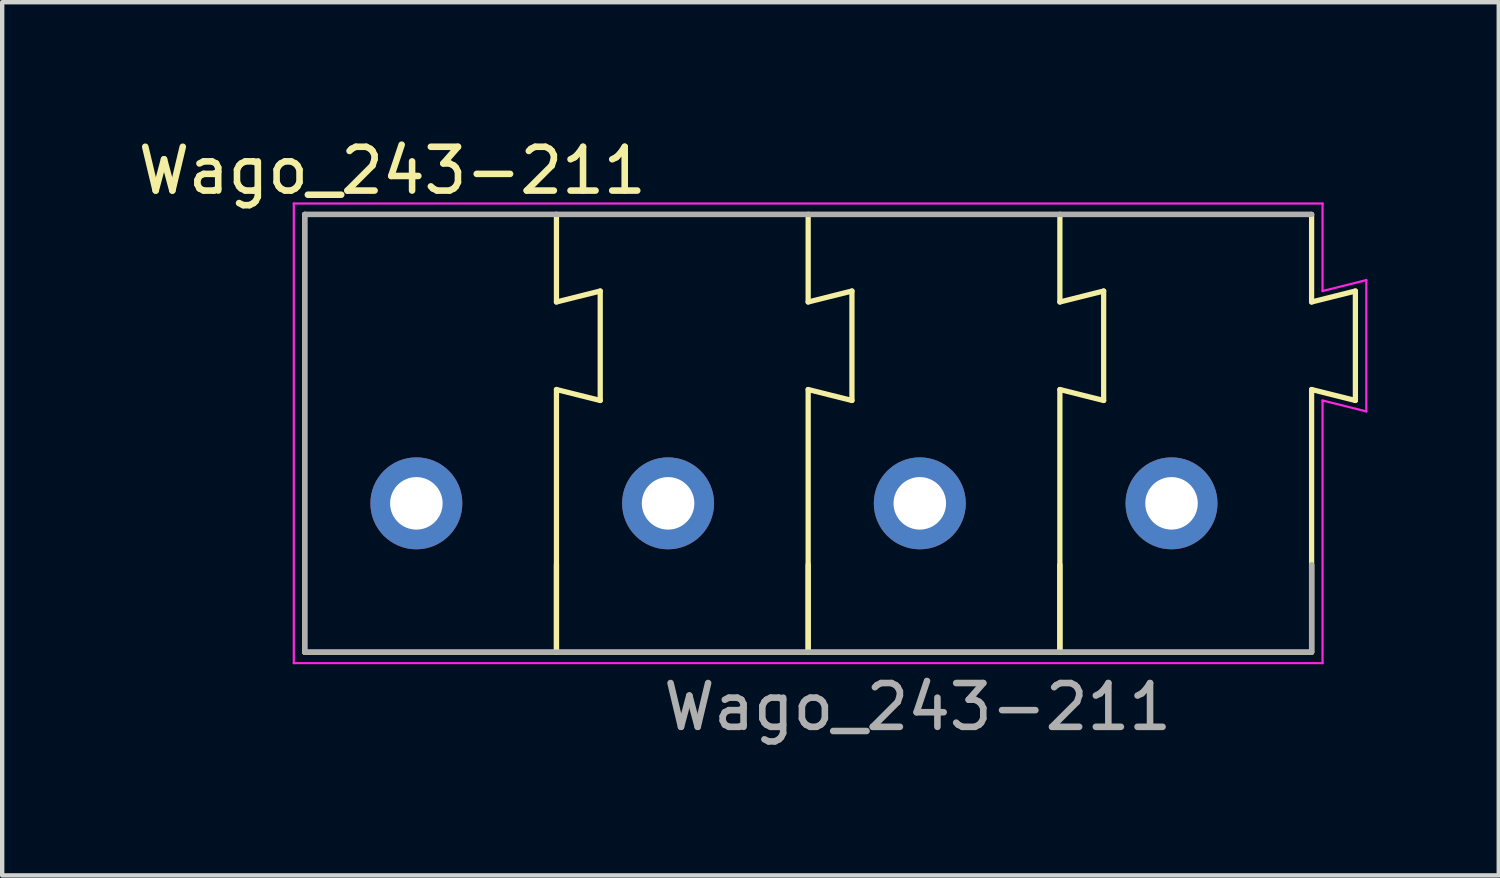
<source format=kicad_pcb>
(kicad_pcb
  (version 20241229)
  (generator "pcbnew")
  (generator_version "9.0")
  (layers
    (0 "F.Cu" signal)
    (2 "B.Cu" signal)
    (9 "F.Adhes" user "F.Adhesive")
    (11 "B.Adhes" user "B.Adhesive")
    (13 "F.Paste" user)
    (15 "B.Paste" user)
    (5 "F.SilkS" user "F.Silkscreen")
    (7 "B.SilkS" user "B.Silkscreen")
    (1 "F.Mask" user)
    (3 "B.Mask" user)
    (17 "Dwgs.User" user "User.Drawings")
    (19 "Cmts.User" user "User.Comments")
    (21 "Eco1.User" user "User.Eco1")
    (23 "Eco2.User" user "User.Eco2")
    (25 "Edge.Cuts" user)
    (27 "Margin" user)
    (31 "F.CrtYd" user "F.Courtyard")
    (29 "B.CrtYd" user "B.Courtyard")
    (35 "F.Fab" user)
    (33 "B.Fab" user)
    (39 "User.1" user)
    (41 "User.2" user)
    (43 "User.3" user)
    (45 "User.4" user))
  (footprint "Wago_243-211"
    (layer "F.Cu")
    (at 15.411 6.848)
    (property "Reference" "Wago_243-211" (at -9.5 -6 0) (layer "F.SilkS") (effects (font (size 1 1) (thickness 0.15))))
    (attr through_hole)
    (fp_line (start -11.5 -5) (end -5.75 -5) (stroke (width 0.12) (type solid)) (layer "F.SilkS"))
    (fp_line (start -11.5 5) (end -11.5 -5) (stroke (width 0.12) (type solid)) (layer "F.SilkS"))
    (fp_line (start -11.5 5) (end -5.75 5) (stroke (width 0.12) (type solid)) (layer "F.SilkS"))
    (fp_line (start -5.75 -5) (end 0 -5) (stroke (width 0.12) (type solid)) (layer "F.SilkS"))
    (fp_line (start -5.75 -3) (end -5.75 -5) (stroke (width 0.12) (type solid)) (layer "F.SilkS"))
    (fp_line (start -5.75 -3) (end -4.75 -3.25) (stroke (width 0.12) (type solid)) (layer "F.SilkS"))
    (fp_line (start -5.75 -1) (end -5.75 5) (stroke (width 0.12) (type solid)) (layer "F.SilkS"))
    (fp_line (start -5.75 3) (end -5.75 5) (stroke (width 0.12) (type solid)) (layer "F.SilkS"))
    (fp_line (start -4.75 -3.25) (end -4.75 -0.75) (stroke (width 0.12) (type solid)) (layer "F.SilkS"))
    (fp_line (start -4.75 -0.75) (end -5.75 -1) (stroke (width 0.12) (type solid)) (layer "F.SilkS"))
    (fp_line (start 0 -5) (end 5.75 -5) (stroke (width 0.12) (type solid)) (layer "F.SilkS"))
    (fp_line (start 0 -3) (end 0 -5) (stroke (width 0.12) (type solid)) (layer "F.SilkS"))
    (fp_line (start 0 -3) (end 1 -3.25) (stroke (width 0.12) (type solid)) (layer "F.SilkS"))
    (fp_line (start 0 -1) (end 0 5) (stroke (width 0.12) (type solid)) (layer "F.SilkS"))
    (fp_line (start 0 3) (end 0 5) (stroke (width 0.12) (type solid)) (layer "F.SilkS"))
    (fp_line (start 0 5) (end -5.75 5) (stroke (width 0.12) (type solid)) (layer "F.SilkS"))
    (fp_line (start 1 -3.25) (end 1 -0.75) (stroke (width 0.12) (type solid)) (layer "F.SilkS"))
    (fp_line (start 1 -0.75) (end 0 -1) (stroke (width 0.12) (type solid)) (layer "F.SilkS"))
    (fp_line (start 5.75 -5) (end 11.5 -5) (stroke (width 0.12) (type solid)) (layer "F.SilkS"))
    (fp_line (start 5.75 -3) (end 5.75 -5) (stroke (width 0.12) (type solid)) (layer "F.SilkS"))
    (fp_line (start 5.75 -3) (end 6.75 -3.25) (stroke (width 0.12) (type solid)) (layer "F.SilkS"))
    (fp_line (start 5.75 -1) (end 5.75 5) (stroke (width 0.12) (type solid)) (layer "F.SilkS"))
    (fp_line (start 5.75 3) (end 5.75 5) (stroke (width 0.12) (type solid)) (layer "F.SilkS"))
    (fp_line (start 5.75 5) (end 0 5) (stroke (width 0.12) (type solid)) (layer "F.SilkS"))
    (fp_line (start 6.75 -3.25) (end 6.75 -0.75) (stroke (width 0.12) (type solid)) (layer "F.SilkS"))
    (fp_line (start 6.75 -0.75) (end 5.75 -1) (stroke (width 0.12) (type solid)) (layer "F.SilkS"))
    (fp_line (start 11.5 -3) (end 11.5 -5) (stroke (width 0.12) (type solid)) (layer "F.SilkS"))
    (fp_line (start 11.5 -3) (end 12.5 -3.25) (stroke (width 0.12) (type solid)) (layer "F.SilkS"))
    (fp_line (start 11.5 -1) (end 11.5 5) (stroke (width 0.12) (type solid)) (layer "F.SilkS"))
    (fp_line (start 11.5 3) (end 11.5 5) (stroke (width 0.12) (type solid)) (layer "F.SilkS"))
    (fp_line (start 11.5 5) (end 5.75 5) (stroke (width 0.12) (type solid)) (layer "F.SilkS"))
    (fp_line (start 12.5 -3.25) (end 12.5 -0.75) (stroke (width 0.12) (type solid)) (layer "F.SilkS"))
    (fp_line (start 12.5 -0.75) (end 11.5 -1) (stroke (width 0.12) (type solid)) (layer "F.SilkS"))
    (fp_line (start -11.75 5.25) (end -11.75 -5.25) (stroke (width 0.05) (type solid)) (layer "F.CrtYd"))
    (fp_line (start 11.75 -5.25) (end -11.75 -5.25) (stroke (width 0.05) (type solid)) (layer "F.CrtYd"))
    (fp_line (start 11.75 -5.25) (end 11.75 -3.25) (stroke (width 0.05) (type solid)) (layer "F.CrtYd"))
    (fp_line (start 11.75 -3.25) (end 12.75 -3.5) (stroke (width 0.05) (type solid)) (layer "F.CrtYd"))
    (fp_line (start 11.75 -0.75) (end 11.75 5.25) (stroke (width 0.05) (type solid)) (layer "F.CrtYd"))
    (fp_line (start 11.75 5.25) (end -11.75 5.25) (stroke (width 0.05) (type solid)) (layer "F.CrtYd"))
    (fp_line (start 12.75 -3.5) (end 12.75 -0.5) (stroke (width 0.05) (type solid)) (layer "F.CrtYd"))
    (fp_line (start 12.75 -0.5) (end 11.75 -0.75) (stroke (width 0.05) (type solid)) (layer "F.CrtYd"))
    (fp_line (start -11.5 -5) (end 11.5 -5) (stroke (width 0.12) (type solid)) (layer "F.Fab"))
    (fp_line (start -11.5 5) (end -11.5 -5) (stroke (width 0.12) (type solid)) (layer "F.Fab"))
    (fp_line (start 11.5 3) (end 11.5 5) (stroke (width 0.12) (type solid)) (layer "F.Fab"))
    (fp_line (start 11.5 5) (end -11.5 5) (stroke (width 0.12) (type solid)) (layer "F.Fab"))
    (fp_text user "${REFERENCE}" (at 2.5 6.25 0) (layer "F.Fab") (effects (font (size 1 1) (thickness 0.15))))
    (pad "1" thru_hole circle (at -8.95 1.6) (size 2.1 2.1) (drill 1.2) (layers "*.Cu" "*.Mask"))
    (pad "2" thru_hole circle (at -3.2 1.6) (size 2.1 2.1) (drill 1.2) (layers "*.Cu" "*.Mask"))
    (pad "3" thru_hole circle (at 2.55 1.6) (size 2.1 2.1) (drill 1.2) (layers "*.Cu" "*.Mask"))
    (pad "4" thru_hole circle (at 8.3 1.6) (size 2.1 2.1) (drill 1.2) (layers "*.Cu" "*.Mask")))
  (gr_rect
    (start -3 -3)
    (end 31.186 16.947)
    (stroke (width 0.1) (type default))
    (fill no)
    (layer "Edge.Cuts")))
</source>
